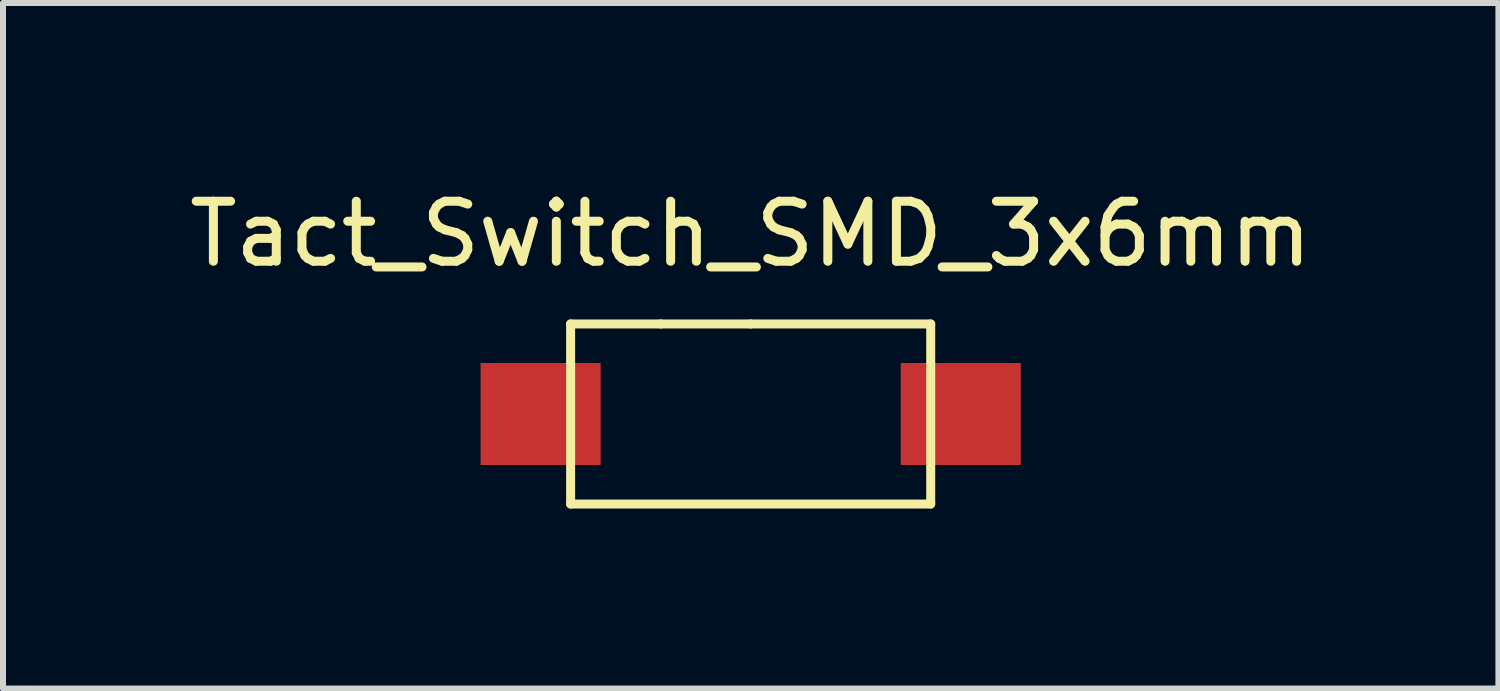
<source format=kicad_pcb>
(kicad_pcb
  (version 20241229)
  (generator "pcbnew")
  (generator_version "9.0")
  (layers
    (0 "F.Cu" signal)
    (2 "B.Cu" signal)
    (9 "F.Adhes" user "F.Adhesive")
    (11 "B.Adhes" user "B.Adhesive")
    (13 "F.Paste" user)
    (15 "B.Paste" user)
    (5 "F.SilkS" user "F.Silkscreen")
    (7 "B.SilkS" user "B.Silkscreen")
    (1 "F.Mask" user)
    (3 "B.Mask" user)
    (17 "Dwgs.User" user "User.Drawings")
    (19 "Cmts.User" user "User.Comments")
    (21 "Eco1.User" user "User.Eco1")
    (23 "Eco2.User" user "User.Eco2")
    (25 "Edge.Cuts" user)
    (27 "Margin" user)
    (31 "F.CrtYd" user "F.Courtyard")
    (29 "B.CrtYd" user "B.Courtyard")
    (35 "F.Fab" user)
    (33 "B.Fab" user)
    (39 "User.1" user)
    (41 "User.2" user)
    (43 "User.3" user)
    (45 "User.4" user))
  (footprint "Tact_Switch_SMD_3x6mm"
    (layer "F.Cu")
    (at 9.458 3.848)
    (property "Reference" "Tact_Switch_SMD_3x6mm" (at 0 -3 0) (layer "F.SilkS") (effects (font (size 1 1) (thickness 0.15))))
    (attr through_hole)
    (fp_line (start -3 -1.5) (end -3 1.5) (stroke (width 0.15) (type solid)) (layer "F.SilkS"))
    (fp_line (start -3 1.5) (end 3 1.5) (stroke (width 0.15) (type solid)) (layer "F.SilkS"))
    (fp_line (start -1.5 -1.5) (end -3 -1.5) (stroke (width 0.15) (type solid)) (layer "F.SilkS"))
    (fp_line (start 0 -1.5) (end -1.5 -1.5) (stroke (width 0.15) (type solid)) (layer "F.SilkS"))
    (fp_line (start 3 -1.5) (end 0 -1.5) (stroke (width 0.15) (type solid)) (layer "F.SilkS"))
    (fp_line (start 3 1.5) (end 3 -1.5) (stroke (width 0.15) (type solid)) (layer "F.SilkS"))
    (pad "" smd rect (at -3.5 0) (size 2 1.7) (layers "F.Cu" "F.Mask" "F.Paste"))
    (pad "" smd rect (at 3.5 0) (size 2 1.7) (layers "F.Cu" "F.Mask" "F.Paste")))
  (gr_rect
    (start -3 -3)
    (end 21.917 8.423)
    (stroke (width 0.1) (type default))
    (fill no)
    (layer "Edge.Cuts")))
</source>
